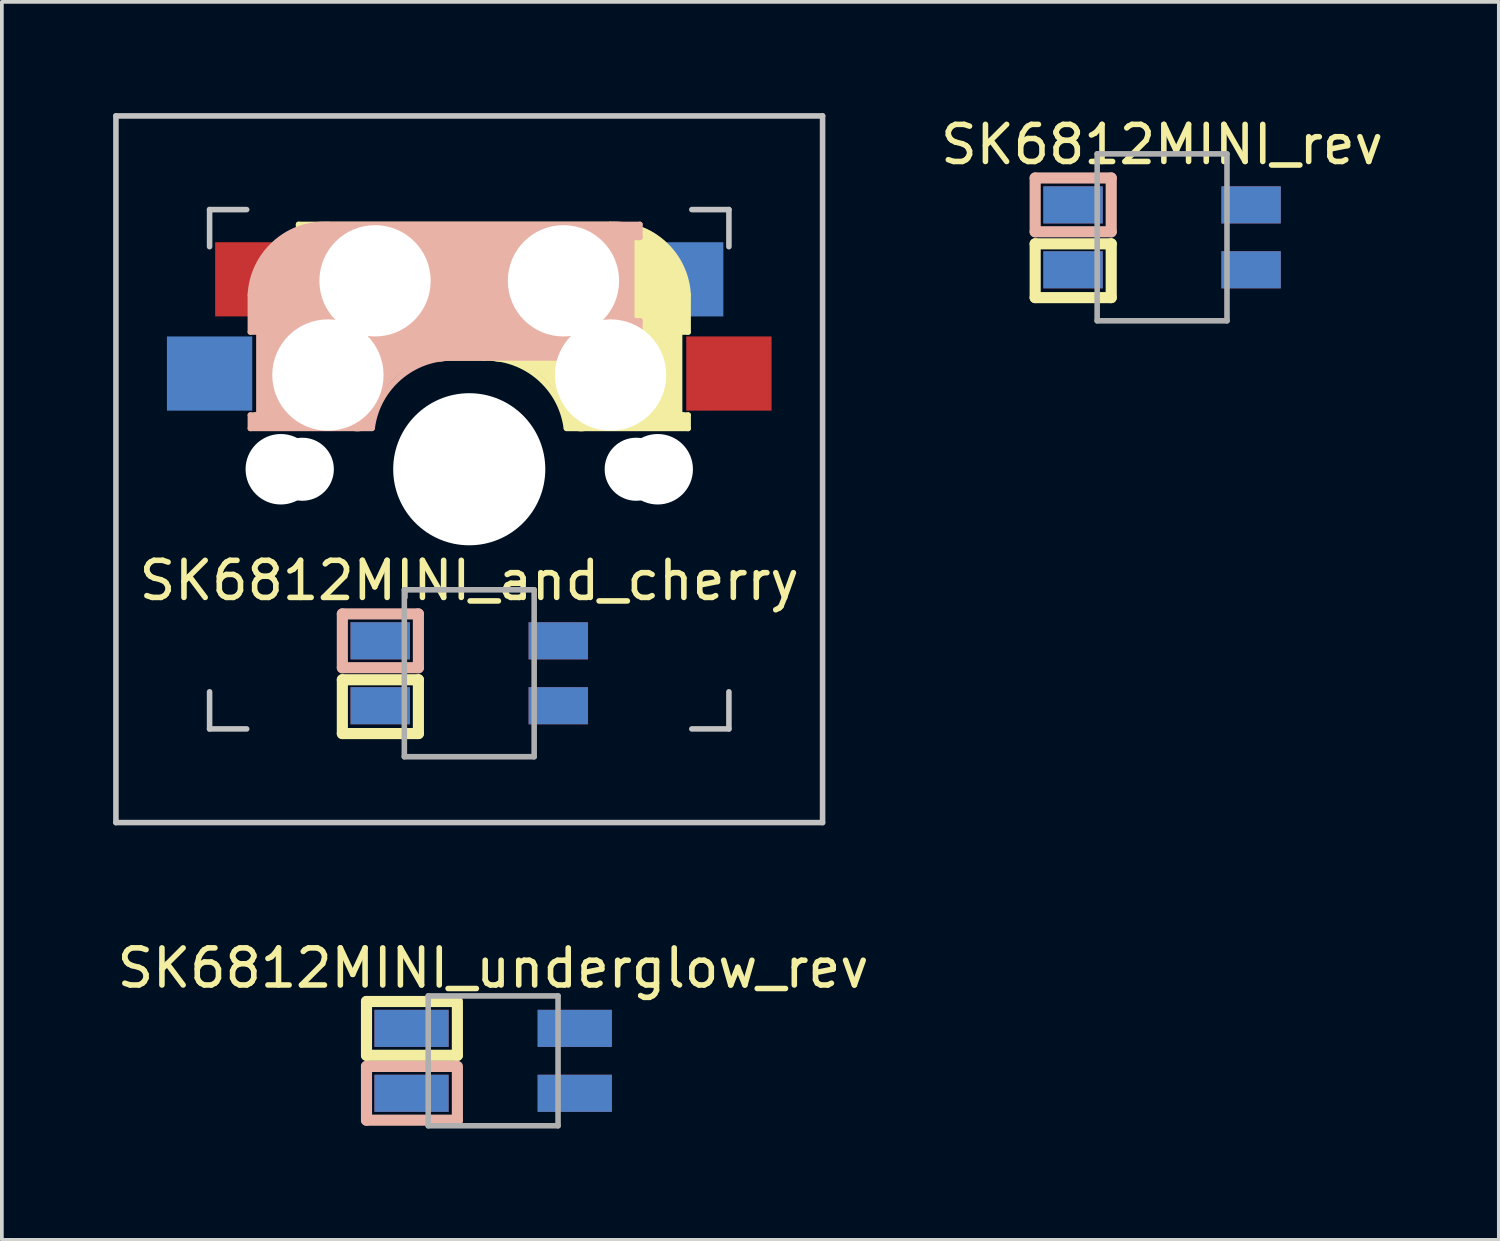
<source format=kicad_pcb>
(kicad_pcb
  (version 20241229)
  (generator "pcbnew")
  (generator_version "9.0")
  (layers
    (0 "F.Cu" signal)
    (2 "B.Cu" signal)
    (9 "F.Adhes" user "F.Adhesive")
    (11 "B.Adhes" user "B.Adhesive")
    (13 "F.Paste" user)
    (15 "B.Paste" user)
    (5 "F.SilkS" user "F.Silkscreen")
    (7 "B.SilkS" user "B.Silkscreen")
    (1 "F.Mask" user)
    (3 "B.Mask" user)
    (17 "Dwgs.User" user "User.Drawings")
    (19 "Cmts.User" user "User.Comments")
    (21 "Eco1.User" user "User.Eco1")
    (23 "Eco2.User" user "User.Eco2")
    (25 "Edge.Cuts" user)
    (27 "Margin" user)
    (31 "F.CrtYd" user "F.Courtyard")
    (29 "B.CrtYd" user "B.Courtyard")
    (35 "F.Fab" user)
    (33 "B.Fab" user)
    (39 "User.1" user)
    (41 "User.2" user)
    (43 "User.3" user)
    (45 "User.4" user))
  (footprint "SK6812MINI_rev"
    (layer "F.Cu")
    (at 28.277 3.348)
    (property "Reference" "SK6812MINI_rev" (at 0 -2.5 0) (layer "F.SilkS") (effects (font (size 1 1) (thickness 0.15))))
    (attr through_hole)
    (fp_line (start -3.421 0.175) (end -1.371 0.175) (stroke (width 0.3) (type solid)) (layer "F.SilkS"))
    (fp_line (start -3.421 1.625) (end -3.421 0.175) (stroke (width 0.3) (type solid)) (layer "F.SilkS"))
    (fp_line (start -1.371 0.175) (end -1.371 1.625) (stroke (width 0.3) (type solid)) (layer "F.SilkS"))
    (fp_line (start -1.371 1.625) (end -3.421 1.625) (stroke (width 0.3) (type solid)) (layer "F.SilkS"))
    (fp_line (start -3.421 -1.6) (end -1.371 -1.6) (stroke (width 0.3) (type solid)) (layer "B.SilkS"))
    (fp_line (start -3.421 -0.15) (end -3.421 -1.6) (stroke (width 0.3) (type solid)) (layer "B.SilkS"))
    (fp_line (start -1.371 -1.6) (end -1.371 -0.15) (stroke (width 0.3) (type solid)) (layer "B.SilkS"))
    (fp_line (start -1.371 -0.15) (end -3.421 -0.15) (stroke (width 0.3) (type solid)) (layer "B.SilkS"))
    (fp_line (start -1.75 -2.25) (end -1.75 2.25) (stroke (width 0.15) (type solid)) (layer "F.Fab"))
    (fp_line (start -1.75 -2.25) (end 1.75 -2.25) (stroke (width 0.15) (type solid)) (layer "F.Fab"))
    (fp_line (start 1.75 -2.25) (end 1.75 2.25) (stroke (width 0.15) (type solid)) (layer "F.Fab"))
    (fp_line (start 1.75 2.25) (end -1.75 2.25) (stroke (width 0.15) (type solid)) (layer "F.Fab"))
    (pad "1" smd rect (at -2.4 -0.875) (size 1.6 1) (layers "B.Cu" "B.Mask" "B.Paste"))
    (pad "1" smd rect (at -2.4 0.875) (size 1.6 1) (layers "F.Cu" "F.Mask" "F.Paste"))
    (pad "2" smd rect (at -2.4 -0.875) (size 1.6 1) (layers "F.Cu" "F.Mask" "F.Paste"))
    (pad "2" smd rect (at -2.4 0.875) (size 1.6 1) (layers "B.Cu" "B.Mask" "B.Paste"))
    (pad "3" smd rect (at 2.4 -0.875) (size 1.6 1) (layers "F.Cu" "F.Mask" "F.Paste"))
    (pad "3" smd rect (at 2.4 0.875) (size 1.6 1) (layers "B.Cu" "B.Mask" "B.Paste"))
    (pad "4" smd rect (at 2.4 -0.875) (size 1.6 1) (layers "B.Cu" "B.Mask" "B.Paste"))
    (pad "4" smd rect (at 2.4 0.875) (size 1.6 1) (layers "F.Cu" "F.Mask" "F.Paste")))
  (footprint "SK6812MINI_and_cherry"
    (layer "F.Cu")
    (at 9.6 9.6)
    (property "Reference" "SK6812MINI_and_cherry" (at 0 3 0) (layer "F.SilkS") (effects (font (size 1 1) (thickness 0.15))))
    (attr through_hole)
    (fp_line (start -4.6 -6.6) (end 3.8 -6.6) (stroke (width 0.15) (type solid)) (layer "F.SilkS"))
    (fp_line (start -4.6 -6.25) (end -4.6 -6.6) (stroke (width 0.15) (type solid)) (layer "F.SilkS"))
    (fp_line (start -4.6 -4) (end -4.4 -4) (stroke (width 0.15) (type solid)) (layer "F.SilkS"))
    (fp_line (start -4.6 -3) (end -4.6 -4) (stroke (width 0.15) (type solid)) (layer "F.SilkS"))
    (fp_line (start -4.4 -6.4) (end -3 -6.4) (stroke (width 0.4) (type solid)) (layer "F.SilkS"))
    (fp_line (start -4.4 -6.25) (end -4.6 -6.25) (stroke (width 0.15) (type solid)) (layer "F.SilkS"))
    (fp_line (start -4.4 -3.9) (end -4.4 -3.2) (stroke (width 0.4) (type solid)) (layer "F.SilkS"))
    (fp_line (start -4.38 -4) (end -4.38 -6.25) (stroke (width 0.15) (type solid)) (layer "F.SilkS"))
    (fp_line (start -4.3 -3.3) (end -2.9 -3.3) (stroke (width 0.5) (type solid)) (layer "F.SilkS"))
    (fp_line (start -3.9 -6) (end -3.9 -3.5) (stroke (width 1) (type solid)) (layer "F.SilkS"))
    (fp_line (start -3.421 5.675) (end -1.371 5.675) (stroke (width 0.3) (type solid)) (layer "F.SilkS"))
    (fp_line (start -3.421 7.125) (end -3.421 5.675) (stroke (width 0.3) (type solid)) (layer "F.SilkS"))
    (fp_line (start -2.6 -4.8) (end 4.1 -4.8) (stroke (width 3.5) (type solid)) (layer "F.SilkS"))
    (fp_line (start -1.371 5.675) (end -1.371 7.125) (stroke (width 0.3) (type solid)) (layer "F.SilkS"))
    (fp_line (start -1.371 7.125) (end -3.421 7.125) (stroke (width 0.3) (type solid)) (layer "F.SilkS"))
    (fp_line (start 0.4 -3) (end -4.6 -3) (stroke (width 0.15) (type solid)) (layer "F.SilkS"))
    (fp_line (start 4.17 -5.1) (end 4.17 -2.86) (stroke (width 3) (type solid)) (layer "F.SilkS"))
    (fp_line (start 5.3 -1.6) (end 5.3 -3.4) (stroke (width 0.8) (type solid)) (layer "F.SilkS"))
    (fp_line (start 5.67 -3.7) (end 5.67 -1.46) (stroke (width 0.15) (type solid)) (layer "F.SilkS"))
    (fp_line (start 5.7 -1.46) (end 5.9 -1.46) (stroke (width 0.15) (type solid)) (layer "F.SilkS"))
    (fp_line (start 5.7 -1.3) (end 3 -1.3) (stroke (width 0.5) (type solid)) (layer "F.SilkS"))
    (fp_line (start 5.8 -3.8) (end 5.8 -4.7) (stroke (width 0.3) (type solid)) (layer "F.SilkS"))
    (fp_line (start 5.9 -4.7) (end 5.9 -3.7) (stroke (width 0.15) (type solid)) (layer "F.SilkS"))
    (fp_line (start 5.9 -3.7) (end 5.7 -3.7) (stroke (width 0.15) (type solid)) (layer "F.SilkS"))
    (fp_line (start 5.9 -1.1) (end 2.62 -1.1) (stroke (width 0.15) (type solid)) (layer "F.SilkS"))
    (fp_line (start 5.9 -1.1) (end 5.9 -1.46) (stroke (width 0.15) (type solid)) (layer "F.SilkS"))
    (fp_arc (start 0.4 -3) (mid 1.868709 -2.486118) (end 2.616318 -1.121471) (stroke (width 0.15) (type solid)) (layer "F.SilkS"))
    (fp_arc (start 0.8 -3.4) (mid 2.268709 -2.886118) (end 3.016318 -1.521471) (stroke (width 1) (type solid)) (layer "F.SilkS"))
    (fp_arc (start 3.8 -6.600001) (mid 5.243504 -6.084925) (end 5.900001 -4.7) (stroke (width 0.15) (type solid)) (layer "F.SilkS"))
    (fp_line (start -5.9 -4.7) (end -5.9 -3.7) (stroke (width 0.15) (type solid)) (layer "B.SilkS"))
    (fp_line (start -5.9 -3.7) (end -5.7 -3.7) (stroke (width 0.15) (type solid)) (layer "B.SilkS"))
    (fp_line (start -5.9 -1.1) (end -5.9 -1.46) (stroke (width 0.15) (type solid)) (layer "B.SilkS"))
    (fp_line (start -5.9 -1.1) (end -2.62 -1.1) (stroke (width 0.15) (type solid)) (layer "B.SilkS"))
    (fp_line (start -5.8 -3.8) (end -5.8 -4.7) (stroke (width 0.3) (type solid)) (layer "B.SilkS"))
    (fp_line (start -5.7 -1.46) (end -5.9 -1.46) (stroke (width 0.15) (type solid)) (layer "B.SilkS"))
    (fp_line (start -5.7 -1.3) (end -3 -1.3) (stroke (width 0.5) (type solid)) (layer "B.SilkS"))
    (fp_line (start -5.67 -3.7) (end -5.67 -1.46) (stroke (width 0.15) (type solid)) (layer "B.SilkS"))
    (fp_line (start -5.3 -1.6) (end -5.3 -3.4) (stroke (width 0.8) (type solid)) (layer "B.SilkS"))
    (fp_line (start -4.17 -5.1) (end -4.17 -2.86) (stroke (width 3) (type solid)) (layer "B.SilkS"))
    (fp_line (start -3.421 3.9) (end -1.371 3.9) (stroke (width 0.3) (type solid)) (layer "B.SilkS"))
    (fp_line (start -3.421 5.35) (end -3.421 3.9) (stroke (width 0.3) (type solid)) (layer "B.SilkS"))
    (fp_line (start -1.371 3.9) (end -1.371 5.35) (stroke (width 0.3) (type solid)) (layer "B.SilkS"))
    (fp_line (start -1.371 5.35) (end -3.421 5.35) (stroke (width 0.3) (type solid)) (layer "B.SilkS"))
    (fp_line (start -0.4 -3) (end 4.6 -3) (stroke (width 0.15) (type solid)) (layer "B.SilkS"))
    (fp_line (start 2.6 -4.8) (end -4.1 -4.8) (stroke (width 3.5) (type solid)) (layer "B.SilkS"))
    (fp_line (start 3.9 -6) (end 3.9 -3.5) (stroke (width 1) (type solid)) (layer "B.SilkS"))
    (fp_line (start 4.3 -3.3) (end 2.9 -3.3) (stroke (width 0.5) (type solid)) (layer "B.SilkS"))
    (fp_line (start 4.38 -4) (end 4.38 -6.25) (stroke (width 0.15) (type solid)) (layer "B.SilkS"))
    (fp_line (start 4.4 -6.4) (end 3 -6.4) (stroke (width 0.4) (type solid)) (layer "B.SilkS"))
    (fp_line (start 4.4 -6.25) (end 4.6 -6.25) (stroke (width 0.15) (type solid)) (layer "B.SilkS"))
    (fp_line (start 4.4 -3.9) (end 4.4 -3.2) (stroke (width 0.4) (type solid)) (layer "B.SilkS"))
    (fp_line (start 4.6 -6.6) (end -3.8 -6.6) (stroke (width 0.15) (type solid)) (layer "B.SilkS"))
    (fp_line (start 4.6 -6.25) (end 4.6 -6.6) (stroke (width 0.15) (type solid)) (layer "B.SilkS"))
    (fp_line (start 4.6 -4) (end 4.4 -4) (stroke (width 0.15) (type solid)) (layer "B.SilkS"))
    (fp_line (start 4.6 -3) (end 4.6 -4) (stroke (width 0.15) (type solid)) (layer "B.SilkS"))
    (fp_arc (start -5.9 -4.699999) (mid -5.243504 -6.084924) (end -3.800001 -6.6) (stroke (width 0.15) (type solid)) (layer "B.SilkS"))
    (fp_arc (start -3.016318 -1.521471) (mid -2.268709 -2.886118) (end -0.8 -3.4) (stroke (width 1) (type solid)) (layer "B.SilkS"))
    (fp_arc (start -2.616318 -1.121471) (mid -1.868709 -2.486118) (end -0.4 -3) (stroke (width 0.15) (type solid)) (layer "B.SilkS"))
    (fp_line (start -9.525 -9.525) (end 9.525 -9.525) (stroke (width 0.15) (type solid)) (layer "Dwgs.User"))
    (fp_line (start -9.525 9.525) (end -9.525 -9.525) (stroke (width 0.15) (type solid)) (layer "Dwgs.User"))
    (fp_line (start -7 -7) (end -6 -7) (stroke (width 0.15) (type solid)) (layer "Dwgs.User"))
    (fp_line (start -7 -6) (end -7 -7) (stroke (width 0.15) (type solid)) (layer "Dwgs.User"))
    (fp_line (start -7 6) (end -7 7) (stroke (width 0.15) (type solid)) (layer "Dwgs.User"))
    (fp_line (start -7 7) (end -6 7) (stroke (width 0.15) (type solid)) (layer "Dwgs.User"))
    (fp_line (start 6 7) (end 7 7) (stroke (width 0.15) (type solid)) (layer "Dwgs.User"))
    (fp_line (start 7 -7) (end 6 -7) (stroke (width 0.15) (type solid)) (layer "Dwgs.User"))
    (fp_line (start 7 -7) (end 7 -6) (stroke (width 0.15) (type solid)) (layer "Dwgs.User"))
    (fp_line (start 7 7) (end 7 6) (stroke (width 0.15) (type solid)) (layer "Dwgs.User"))
    (fp_line (start 9.525 -9.525) (end 9.525 9.525) (stroke (width 0.15) (type solid)) (layer "Dwgs.User"))
    (fp_line (start 9.525 9.525) (end -9.525 9.525) (stroke (width 0.15) (type solid)) (layer "Dwgs.User"))
    (fp_line (start -1.75 3.25) (end -1.75 7.75) (stroke (width 0.15) (type solid)) (layer "F.Fab"))
    (fp_line (start -1.75 3.25) (end 1.75 3.25) (stroke (width 0.15) (type solid)) (layer "F.Fab"))
    (fp_line (start 1.75 3.25) (end 1.75 7.75) (stroke (width 0.15) (type solid)) (layer "F.Fab"))
    (fp_line (start 1.75 7.75) (end -1.75 7.75) (stroke (width 0.15) (type solid)) (layer "F.Fab"))
    (pad "" np_thru_hole circle (at -5.08 0) (size 1.9 1.9) (drill 1.9) (layers "*.Cu" "*.Mask"))
    (pad "" np_thru_hole circle (at -4.5 0) (size 1.7 1.7) (drill 1.7) (layers "*.Cu" "*.Mask"))
    (pad "" np_thru_hole circle (at -3.81 -2.54 180) (size 3 3) (drill 3) (layers "*.Cu" "*.Mask"))
    (pad "" np_thru_hole circle (at -2.54 -5.08 180) (size 3 3) (drill 3) (layers "*.Cu" "*.Mask"))
    (pad "" np_thru_hole circle (at 0 0 90) (size 4.1 4.1) (drill 4.1) (layers "*.Cu" "*.Mask"))
    (pad "" np_thru_hole circle (at 2.54 -5.08 180) (size 3 3) (drill 3) (layers "*.Cu" "*.Mask"))
    (pad "" np_thru_hole circle (at 3.81 -2.54 180) (size 3 3) (drill 3) (layers "*.Cu" "*.Mask"))
    (pad "" np_thru_hole circle (at 4.5 0) (size 1.7 1.7) (drill 1.7) (layers "*.Cu" "*.Mask"))
    (pad "" np_thru_hole circle (at 5.08 0) (size 1.9 1.9) (drill 1.9) (layers "*.Cu" "*.Mask"))
    (pad "1" smd rect (at -2.4 4.625) (size 1.6 1) (layers "B.Cu" "B.Mask" "B.Paste"))
    (pad "1" smd rect (at -2.4 6.375) (size 1.6 1) (layers "F.Cu" "F.Mask" "F.Paste"))
    (pad "2" smd rect (at -2.4 4.625) (size 1.6 1) (layers "F.Cu" "F.Mask" "F.Paste"))
    (pad "2" smd rect (at -2.4 6.375) (size 1.6 1) (layers "B.Cu" "B.Mask" "B.Paste"))
    (pad "3" smd rect (at 2.4 4.625) (size 1.6 1) (layers "F.Cu" "F.Mask" "F.Paste"))
    (pad "3" smd rect (at 2.4 6.375) (size 1.6 1) (layers "B.Cu" "B.Mask" "B.Paste"))
    (pad "4" smd rect (at 2.4 4.625) (size 1.6 1) (layers "B.Cu" "B.Mask" "B.Paste"))
    (pad "4" smd rect (at 2.4 6.375) (size 1.6 1) (layers "F.Cu" "F.Mask" "F.Paste"))
    (pad "5" smd rect (at -7 -2.58 180) (size 2.3 2) (layers "B.Cu" "B.Mask" "B.Paste"))
    (pad "5" smd rect (at 7 -2.58 180) (size 2.3 2) (layers "F.Cu" "F.Mask" "F.Paste"))
    (pad "6" smd rect (at -5.7 -5.12 180) (size 2.3 2) (layers "F.Cu" "F.Mask"))
    (pad "6" smd rect (at 5.7 -5.12 180) (size 2.3 2) (layers "B.Cu" "B.Mask" "B.Paste")))
  (footprint "SK6812MINI_underglow_rev"
    (layer "F.Cu")
    (at 10.244 25.548)
    (property "Reference" "SK6812MINI_underglow_rev" (at 0 -2.5 0) (layer "F.SilkS") (effects (font (size 1 1) (thickness 0.15))))
    (attr through_hole)
    (fp_line (start -3.414 -1.6) (end -0.994 -1.6) (stroke (width 0.3) (type solid)) (layer "F.SilkS"))
    (fp_line (start -3.414 -0.15) (end -3.414 -1.6) (stroke (width 0.3) (type solid)) (layer "F.SilkS"))
    (fp_line (start -0.964 -1.6) (end -0.964 -0.15) (stroke (width 0.3) (type solid)) (layer "F.SilkS"))
    (fp_line (start -0.964 -0.15) (end -3.414 -0.15) (stroke (width 0.3) (type solid)) (layer "F.SilkS"))
    (fp_line (start -3.414 0.15) (end -0.994 0.15) (stroke (width 0.3) (type solid)) (layer "B.SilkS"))
    (fp_line (start -3.414 1.6) (end -3.414 0.15) (stroke (width 0.3) (type solid)) (layer "B.SilkS"))
    (fp_line (start -0.964 0.15) (end -0.964 1.6) (stroke (width 0.3) (type solid)) (layer "B.SilkS"))
    (fp_line (start -0.964 1.6) (end -3.414 1.6) (stroke (width 0.3) (type solid)) (layer "B.SilkS"))
    (fp_line (start -1.75 -1.75) (end -1.75 1.75) (stroke (width 0.15) (type solid)) (layer "F.Fab"))
    (fp_line (start -1.75 -1.75) (end 1.75 -1.75) (stroke (width 0.15) (type solid)) (layer "F.Fab"))
    (fp_line (start 1.75 -1.75) (end 1.75 1.75) (stroke (width 0.15) (type solid)) (layer "F.Fab"))
    (fp_line (start 1.75 1.75) (end -1.75 1.75) (stroke (width 0.15) (type solid)) (layer "F.Fab"))
    (pad "1" smd rect (at -2.2 -0.875) (size 2 1) (layers "F.Cu" "F.Mask" "F.Paste"))
    (pad "1" smd rect (at -2.2 0.875) (size 2 1) (layers "B.Cu" "B.Mask" "B.Paste"))
    (pad "2" smd rect (at -2.2 -0.875) (size 2 1) (layers "B.Cu" "B.Mask" "B.Paste"))
    (pad "2" smd rect (at -2.2 0.875) (size 2 1) (layers "F.Cu" "F.Mask" "F.Paste"))
    (pad "3" smd rect (at 2.2 -0.875) (size 2 1) (layers "B.Cu" "B.Mask" "B.Paste"))
    (pad "3" smd rect (at 2.2 0.875) (size 2 1) (layers "F.Cu" "F.Mask" "F.Paste"))
    (pad "4" smd rect (at 2.2 -0.875) (size 2 1) (layers "F.Cu" "F.Mask" "F.Paste"))
    (pad "4" smd rect (at 2.2 0.875) (size 2 1) (layers "B.Cu" "B.Mask" "B.Paste")))
  (gr_rect
    (start -3 -3)
    (end 37.355 30.373)
    (stroke (width 0.1) (type default))
    (fill no)
    (layer "Edge.Cuts")))
</source>
